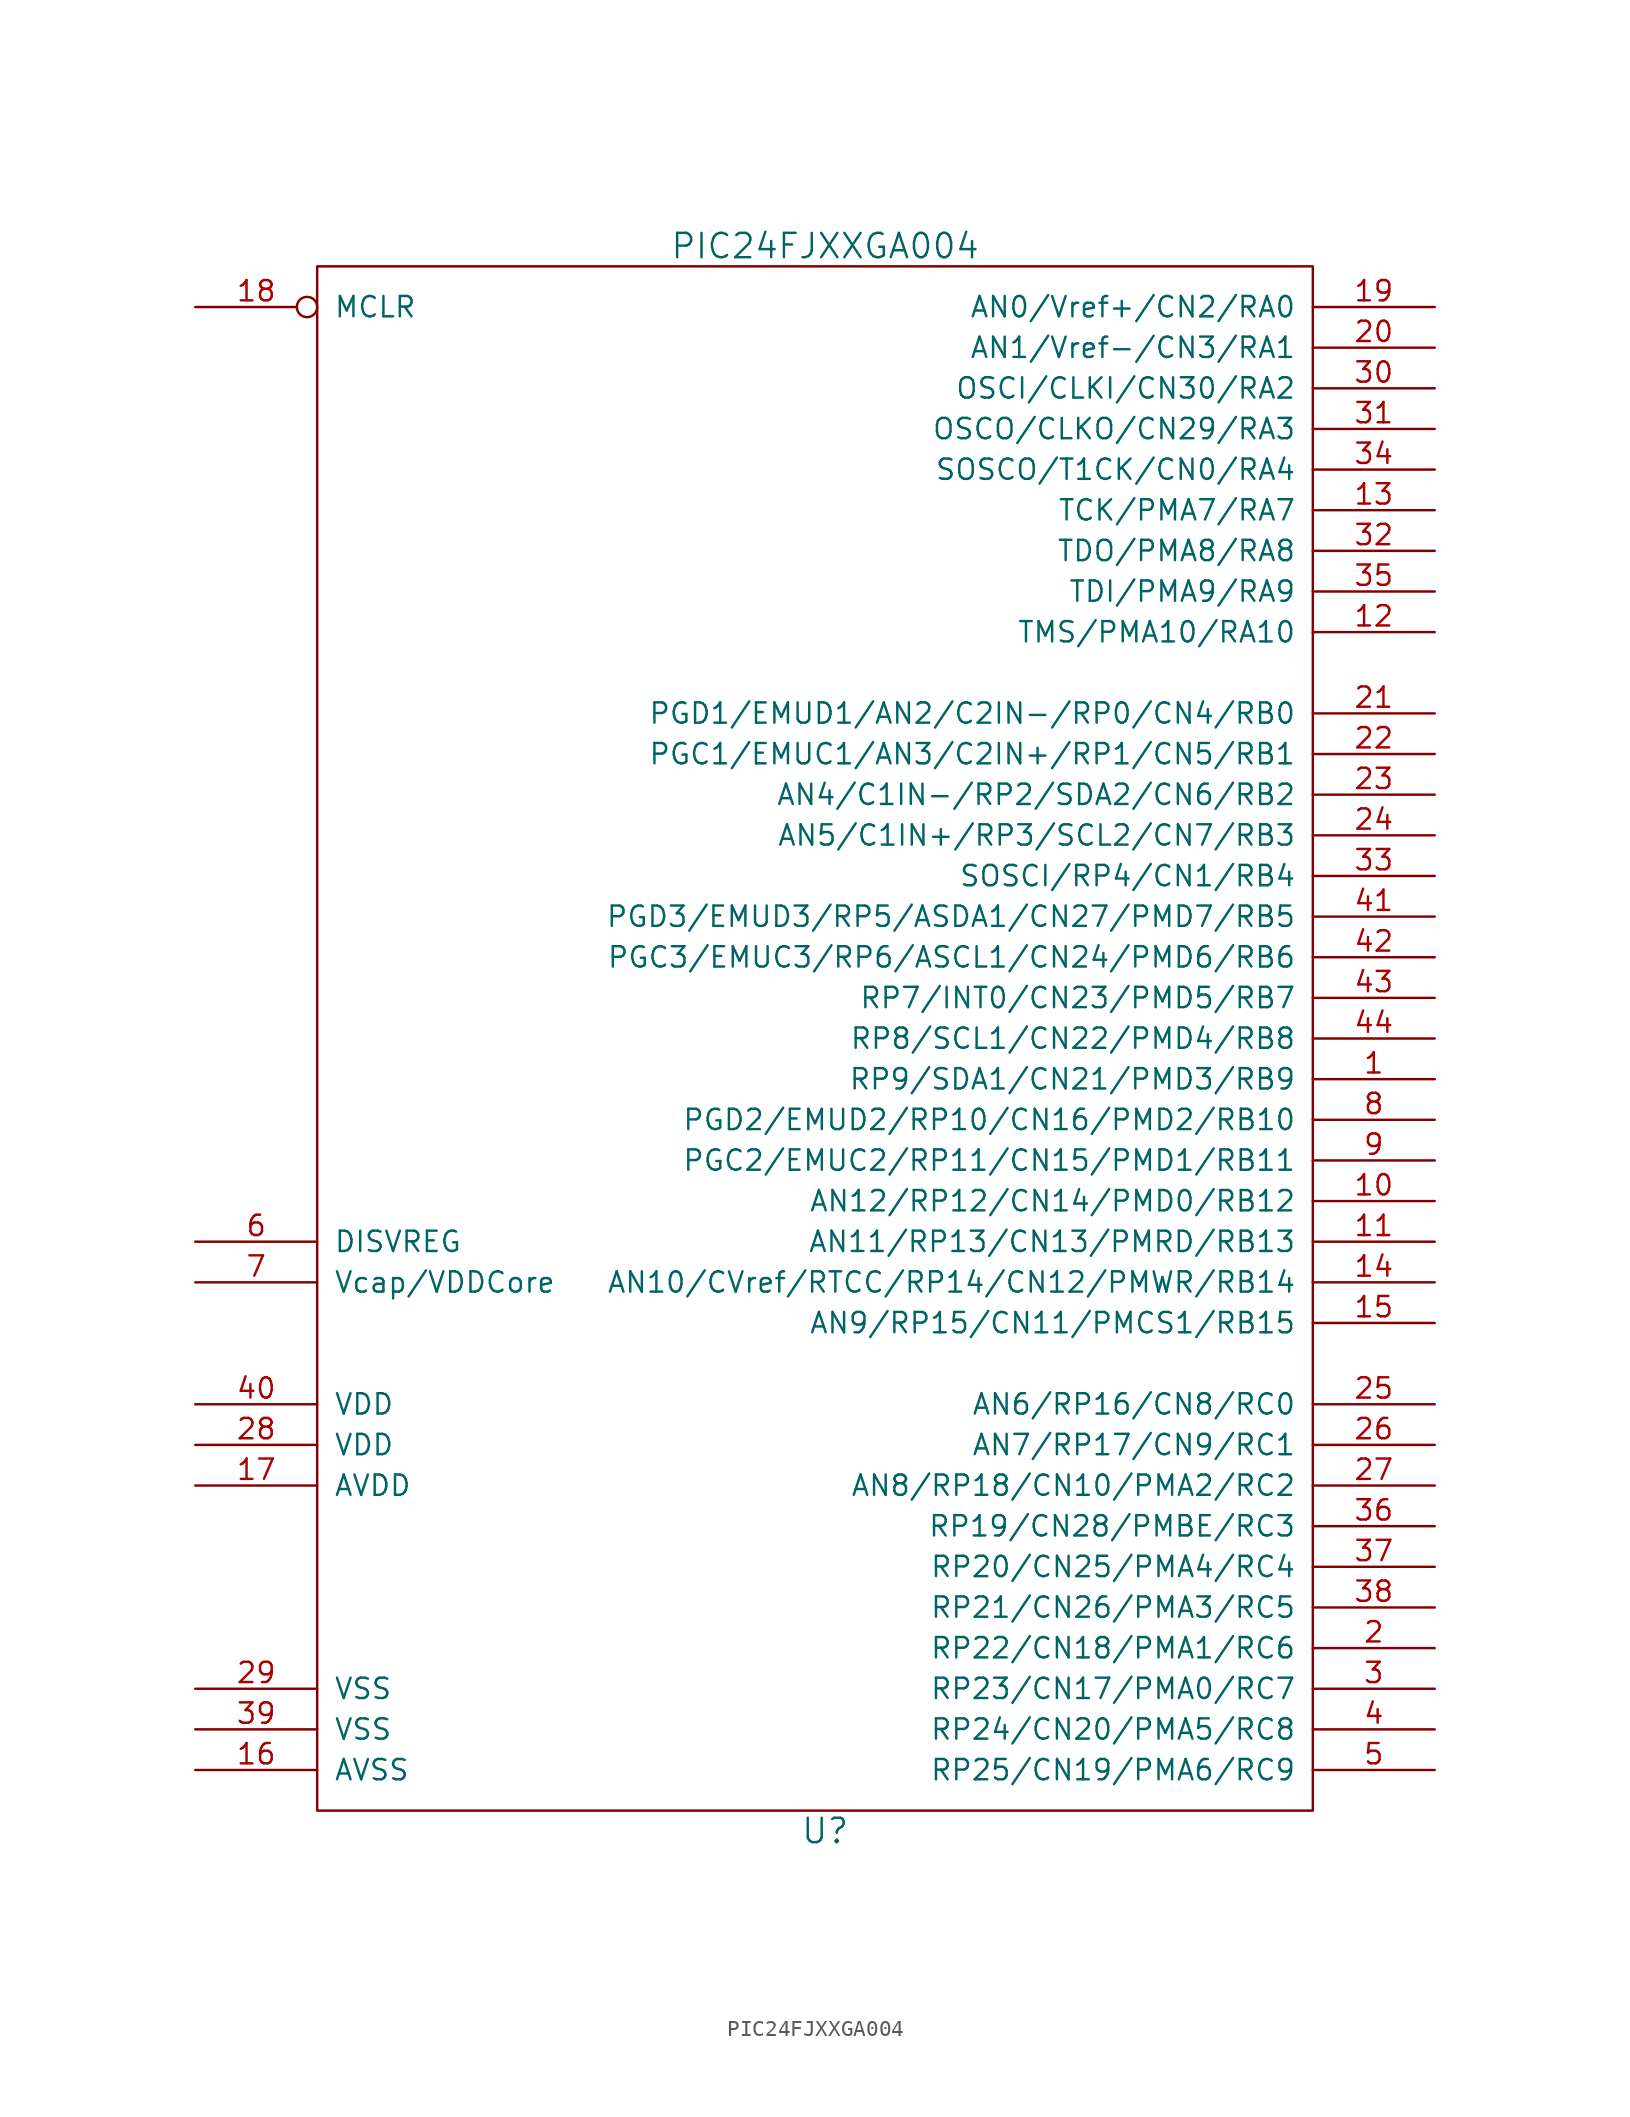
<source format=kicad_sym>
(kicad_symbol_lib
  (version 20211014)
  (generator kicad_symbol_editor)
  (symbol "PIC24FJXXGA004"
    (pin_names
      (offset 1.016))
    (property "Reference" "U"
      (at 0 -49.53 0)
      (effects (font (size 1.524 1.524))))
    (property "Value" "PIC24FJXXGA004"
      (at 0 49.53 0)
      (effects (font (size 1.524 1.524))))
    (property "Footprint" ""
      (at 0 0 0)
      (effects (font (size 1.524 1.524))))
    (property "Datasheet" ""
      (at 0 0 0)
      (effects (font (size 1.524 1.524))))
    (symbol "PIC24FJXXGA004_0_1"
      (rectangle (start 30.48 48.26) (end -31.75 -48.26) (stroke (width 0) (type default) (color 0 0 0 0)) (fill (type none))))
    (symbol "PIC24FJXXGA004_1_1"
      (pin bidirectional line (at 38.1 -2.54 180) (length 7.62) (name "RP9/SDA1/CN21/PMD3/RB9" (effects (font (size 1.27 1.27)))) (number "1" (effects (font (size 1.27 1.27)))))
      (pin bidirectional line (at 38.1 -10.16 180) (length 7.62) (name "AN12/RP12/CN14/PMD0/RB12" (effects (font (size 1.27 1.27)))) (number "10" (effects (font (size 1.27 1.27)))))
      (pin bidirectional line (at 38.1 -12.7 180) (length 7.62) (name "AN11/RP13/CN13/PMRD/RB13" (effects (font (size 1.27 1.27)))) (number "11" (effects (font (size 1.27 1.27)))))
      (pin bidirectional line (at 38.1 25.4 180) (length 7.62) (name "TMS/PMA10/RA10" (effects (font (size 1.27 1.27)))) (number "12" (effects (font (size 1.27 1.27)))))
      (pin bidirectional line (at 38.1 33.02 180) (length 7.62) (name "TCK/PMA7/RA7" (effects (font (size 1.27 1.27)))) (number "13" (effects (font (size 1.27 1.27)))))
      (pin bidirectional line (at 38.1 -15.24 180) (length 7.62) (name "AN10/CVref/RTCC/RP14/CN12/PMWR/RB14" (effects (font (size 1.27 1.27)))) (number "14" (effects (font (size 1.27 1.27)))))
      (pin bidirectional line (at 38.1 -17.78 180) (length 7.62) (name "AN9/RP15/CN11/PMCS1/RB15" (effects (font (size 1.27 1.27)))) (number "15" (effects (font (size 1.27 1.27)))))
      (pin power_in line (at -39.37 -45.72 0) (length 7.62) (name "AVSS" (effects (font (size 1.27 1.27)))) (number "16" (effects (font (size 1.27 1.27)))))
      (pin power_in line (at -39.37 -27.94 0) (length 7.62) (name "AVDD" (effects (font (size 1.27 1.27)))) (number "17" (effects (font (size 1.27 1.27)))))
      (pin input inverted (at -39.37 45.72 0) (length 7.62) (name "MCLR" (effects (font (size 1.27 1.27)))) (number "18" (effects (font (size 1.27 1.27)))))
      (pin bidirectional line (at 38.1 45.72 180) (length 7.62) (name "AN0/Vref+/CN2/RA0" (effects (font (size 1.27 1.27)))) (number "19" (effects (font (size 1.27 1.27)))))
      (pin bidirectional line (at 38.1 -38.1 180) (length 7.62) (name "RP22/CN18/PMA1/RC6" (effects (font (size 1.27 1.27)))) (number "2" (effects (font (size 1.27 1.27)))))
      (pin bidirectional line (at 38.1 43.18 180) (length 7.62) (name "AN1/Vref-/CN3/RA1" (effects (font (size 1.27 1.27)))) (number "20" (effects (font (size 1.27 1.27)))))
      (pin bidirectional line (at 38.1 20.32 180) (length 7.62) (name "PGD1/EMUD1/AN2/C2IN-/RP0/CN4/RB0" (effects (font (size 1.27 1.27)))) (number "21" (effects (font (size 1.27 1.27)))))
      (pin bidirectional line (at 38.1 17.78 180) (length 7.62) (name "PGC1/EMUC1/AN3/C2IN+/RP1/CN5/RB1" (effects (font (size 1.27 1.27)))) (number "22" (effects (font (size 1.27 1.27)))))
      (pin bidirectional line (at 38.1 15.24 180) (length 7.62) (name "AN4/C1IN-/RP2/SDA2/CN6/RB2" (effects (font (size 1.27 1.27)))) (number "23" (effects (font (size 1.27 1.27)))))
      (pin bidirectional line (at 38.1 12.7 180) (length 7.62) (name "AN5/C1IN+/RP3/SCL2/CN7/RB3" (effects (font (size 1.27 1.27)))) (number "24" (effects (font (size 1.27 1.27)))))
      (pin bidirectional line (at 38.1 -22.86 180) (length 7.62) (name "AN6/RP16/CN8/RC0" (effects (font (size 1.27 1.27)))) (number "25" (effects (font (size 1.27 1.27)))))
      (pin bidirectional line (at 38.1 -25.4 180) (length 7.62) (name "AN7/RP17/CN9/RC1" (effects (font (size 1.27 1.27)))) (number "26" (effects (font (size 1.27 1.27)))))
      (pin bidirectional line (at 38.1 -27.94 180) (length 7.62) (name "AN8/RP18/CN10/PMA2/RC2" (effects (font (size 1.27 1.27)))) (number "27" (effects (font (size 1.27 1.27)))))
      (pin power_in line (at -39.37 -25.4 0) (length 7.62) (name "VDD" (effects (font (size 1.27 1.27)))) (number "28" (effects (font (size 1.27 1.27)))))
      (pin power_in line (at -39.37 -40.64 0) (length 7.62) (name "VSS" (effects (font (size 1.27 1.27)))) (number "29" (effects (font (size 1.27 1.27)))))
      (pin bidirectional line (at 38.1 -40.64 180) (length 7.62) (name "RP23/CN17/PMA0/RC7" (effects (font (size 1.27 1.27)))) (number "3" (effects (font (size 1.27 1.27)))))
      (pin bidirectional line (at 38.1 40.64 180) (length 7.62) (name "OSCI/CLKI/CN30/RA2" (effects (font (size 1.27 1.27)))) (number "30" (effects (font (size 1.27 1.27)))))
      (pin bidirectional line (at 38.1 38.1 180) (length 7.62) (name "OSCO/CLKO/CN29/RA3" (effects (font (size 1.27 1.27)))) (number "31" (effects (font (size 1.27 1.27)))))
      (pin bidirectional line (at 38.1 30.48 180) (length 7.62) (name "TDO/PMA8/RA8" (effects (font (size 1.27 1.27)))) (number "32" (effects (font (size 1.27 1.27)))))
      (pin bidirectional line (at 38.1 10.16 180) (length 7.62) (name "SOSCI/RP4/CN1/RB4" (effects (font (size 1.27 1.27)))) (number "33" (effects (font (size 1.27 1.27)))))
      (pin bidirectional line (at 38.1 35.56 180) (length 7.62) (name "SOSCO/T1CK/CN0/RA4" (effects (font (size 1.27 1.27)))) (number "34" (effects (font (size 1.27 1.27)))))
      (pin bidirectional line (at 38.1 27.94 180) (length 7.62) (name "TDI/PMA9/RA9" (effects (font (size 1.27 1.27)))) (number "35" (effects (font (size 1.27 1.27)))))
      (pin bidirectional line (at 38.1 -30.48 180) (length 7.62) (name "RP19/CN28/PMBE/RC3" (effects (font (size 1.27 1.27)))) (number "36" (effects (font (size 1.27 1.27)))))
      (pin bidirectional line (at 38.1 -33.02 180) (length 7.62) (name "RP20/CN25/PMA4/RC4" (effects (font (size 1.27 1.27)))) (number "37" (effects (font (size 1.27 1.27)))))
      (pin bidirectional line (at 38.1 -35.56 180) (length 7.62) (name "RP21/CN26/PMA3/RC5" (effects (font (size 1.27 1.27)))) (number "38" (effects (font (size 1.27 1.27)))))
      (pin power_in line (at -39.37 -43.18 0) (length 7.62) (name "VSS" (effects (font (size 1.27 1.27)))) (number "39" (effects (font (size 1.27 1.27)))))
      (pin bidirectional line (at 38.1 -43.18 180) (length 7.62) (name "RP24/CN20/PMA5/RC8" (effects (font (size 1.27 1.27)))) (number "4" (effects (font (size 1.27 1.27)))))
      (pin power_in line (at -39.37 -22.86 0) (length 7.62) (name "VDD" (effects (font (size 1.27 1.27)))) (number "40" (effects (font (size 1.27 1.27)))))
      (pin bidirectional line (at 38.1 7.62 180) (length 7.62) (name "PGD3/EMUD3/RP5/ASDA1/CN27/PMD7/RB5" (effects (font (size 1.27 1.27)))) (number "41" (effects (font (size 1.27 1.27)))))
      (pin bidirectional line (at 38.1 5.08 180) (length 7.62) (name "PGC3/EMUC3/RP6/ASCL1/CN24/PMD6/RB6" (effects (font (size 1.27 1.27)))) (number "42" (effects (font (size 1.27 1.27)))))
      (pin bidirectional line (at 38.1 2.54 180) (length 7.62) (name "RP7/INT0/CN23/PMD5/RB7" (effects (font (size 1.27 1.27)))) (number "43" (effects (font (size 1.27 1.27)))))
      (pin bidirectional line (at 38.1 0 180) (length 7.62) (name "RP8/SCL1/CN22/PMD4/RB8" (effects (font (size 1.27 1.27)))) (number "44" (effects (font (size 1.27 1.27)))))
      (pin bidirectional line (at 38.1 -45.72 180) (length 7.62) (name "RP25/CN19/PMA6/RC9" (effects (font (size 1.27 1.27)))) (number "5" (effects (font (size 1.27 1.27)))))
      (pin input line (at -39.37 -12.7 0) (length 7.62) (name "DISVREG" (effects (font (size 1.27 1.27)))) (number "6" (effects (font (size 1.27 1.27)))))
      (pin output line (at -39.37 -15.24 0) (length 7.62) (name "Vcap/VDDCore" (effects (font (size 1.27 1.27)))) (number "7" (effects (font (size 1.27 1.27)))))
      (pin bidirectional line (at 38.1 -5.08 180) (length 7.62) (name "PGD2/EMUD2/RP10/CN16/PMD2/RB10" (effects (font (size 1.27 1.27)))) (number "8" (effects (font (size 1.27 1.27)))))
      (pin bidirectional line (at 38.1 -7.62 180) (length 7.62) (name "PGC2/EMUC2/RP11/CN15/PMD1/RB11" (effects (font (size 1.27 1.27)))) (number "9" (effects (font (size 1.27 1.27))))))))
</source>
